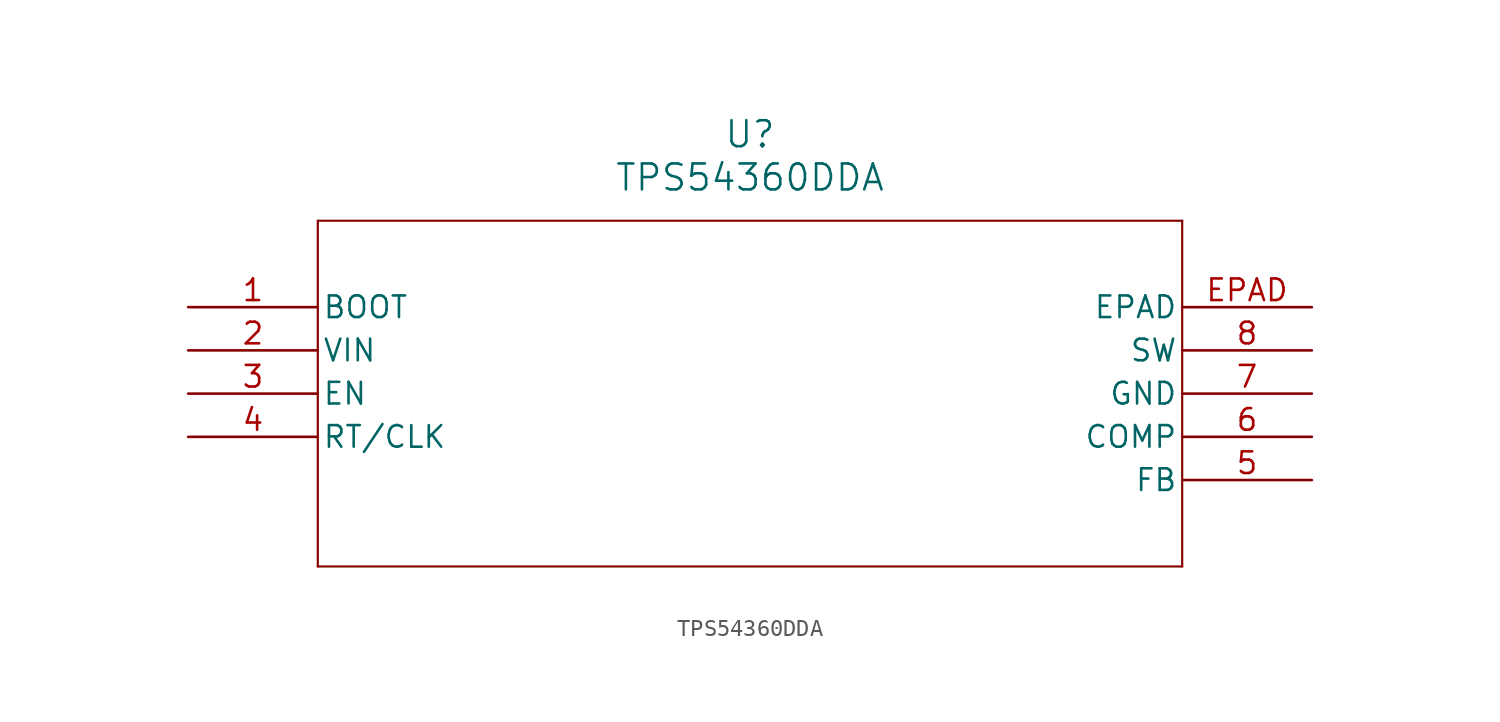
<source format=kicad_sym>
(kicad_symbol_lib
  (version 20211014)
  (generator kicad_symbol_editor)
  (symbol "TPS54360DDA"
    (pin_names
      (offset 0.254))
    (property "Reference" "U"
      (at 33.02 10.16 0)
      (effects (font (size 1.524 1.524))))
    (property "Value" "TPS54360DDA"
      (at 33.02 7.62 0)
      (effects (font (size 1.524 1.524))))
    (symbol "TPS54360DDA_0_1"
      (polyline (pts (xy 7.62 5.08) (xy 7.62 -15.24)) (stroke (width 0.127) (type default) (color 0 0 0 0)) (fill (type none)))
      (polyline (pts (xy 7.62 -15.24) (xy 58.42 -15.24)) (stroke (width 0.127) (type default) (color 0 0 0 0)) (fill (type none)))
      (polyline (pts (xy 58.42 -15.24) (xy 58.42 5.08)) (stroke (width 0.127) (type default) (color 0 0 0 0)) (fill (type none)))
      (polyline (pts (xy 58.42 5.08) (xy 7.62 5.08)) (stroke (width 0.127) (type default) (color 0 0 0 0)) (fill (type none)))
      (pin output line (at 0 0 0) (length 7.62) (name "BOOT" (effects (font (size 1.27 1.27)))) (number "1" (effects (font (size 1.27 1.27)))))
      (pin input line (at 0 -2.54 0) (length 7.62) (name "VIN" (effects (font (size 1.27 1.27)))) (number "2" (effects (font (size 1.27 1.27)))))
      (pin input line (at 0 -5.08 0) (length 7.62) (name "EN" (effects (font (size 1.27 1.27)))) (number "3" (effects (font (size 1.27 1.27)))))
      (pin input line (at 0 -7.62 0) (length 7.62) (name "RT/CLK" (effects (font (size 1.27 1.27)))) (number "4" (effects (font (size 1.27 1.27)))))
      (pin input line (at 66.04 -10.16 180) (length 7.62) (name "FB" (effects (font (size 1.27 1.27)))) (number "5" (effects (font (size 1.27 1.27)))))
      (pin output line (at 66.04 -7.62 180) (length 7.62) (name "COMP" (effects (font (size 1.27 1.27)))) (number "6" (effects (font (size 1.27 1.27)))))
      (pin power_in line (at 66.04 -5.08 180) (length 7.62) (name "GND" (effects (font (size 1.27 1.27)))) (number "7" (effects (font (size 1.27 1.27)))))
      (pin input line (at 66.04 -2.54 180) (length 7.62) (name "SW" (effects (font (size 1.27 1.27)))) (number "8" (effects (font (size 1.27 1.27)))))
      (pin unspecified line (at 66.04 0 180) (length 7.62) (name "EPAD" (effects (font (size 1.27 1.27)))) (number "EPAD" (effects (font (size 1.27 1.27))))))))
</source>
